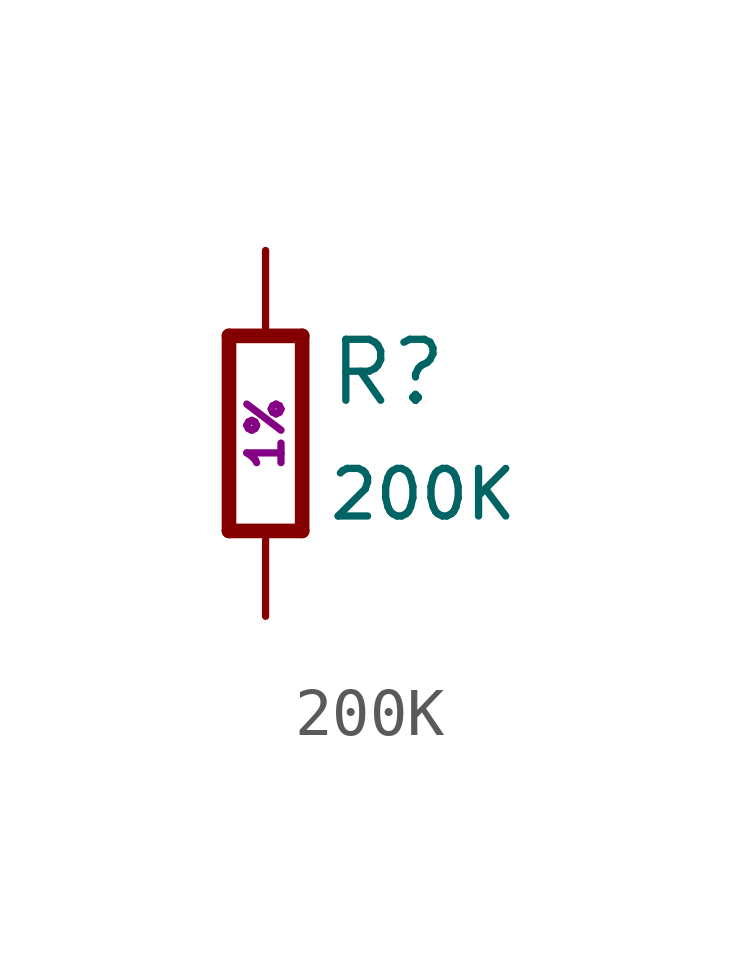
<source format=kicad_sym>
(kicad_symbol_lib
  (version 20211014)
  (generator kicad_symbol_editor)
  (symbol "200K"
    (pin_numbers hide)
    (pin_names
      (offset 0.254) hide)
    (property "Reference" "R"
      (at 1.27 1.27 0)
      (effects (font (size 1.27 1.27)) (justify left)))
    (property "Value" "200K"
      (at 1.27 -1.27 0)
      (effects (font (size 0.991 0.991)) (justify left)))
    (property "Tolerance" "1%"
      (at 0 0 90)
      (effects (font (size 0.711 0.711))))
    (symbol "200K_1_1"
      (polyline (pts (xy -0.762 -2.032) (xy -0.762 2.032)) (stroke (width 0.305) (type default) (color 0 0 0 0)) (fill (type outline)))
      (polyline (pts (xy 0.762 -2.032) (xy -0.762 -2.032)) (stroke (width 0.305) (type default) (color 0 0 0 0)) (fill (type outline)))
      (polyline (pts (xy 0.762 -2.032) (xy 0.762 2.032)) (stroke (width 0.305) (type default) (color 0 0 0 0)) (fill (type outline)))
      (polyline (pts (xy 0.762 2.032) (xy -0.762 2.032)) (stroke (width 0.305) (type default) (color 0 0 0 0)) (fill (type outline)))
      (pin passive line (at 0 3.81 270) (length 1.6) (name "~" (effects (font (size 1.27 1.27)))) (number "1" (effects (font (size 1.27 1.27)))))
      (pin passive line (at 0 -3.81 90) (length 1.6) (name "~" (effects (font (size 1.27 1.27)))) (number "2" (effects (font (size 1.27 1.27))))))))
</source>
